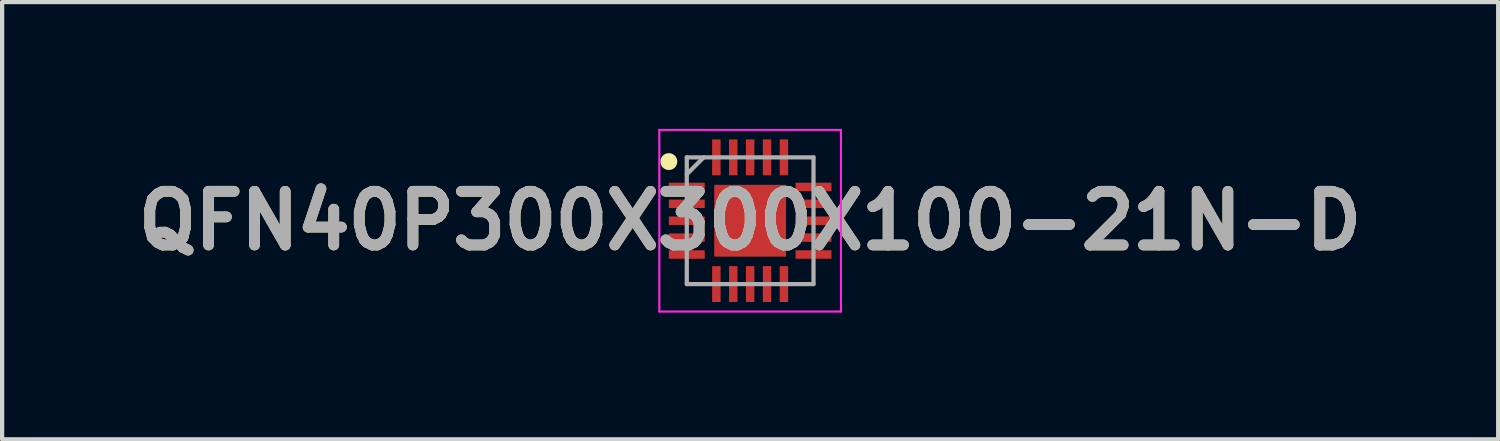
<source format=kicad_pcb>
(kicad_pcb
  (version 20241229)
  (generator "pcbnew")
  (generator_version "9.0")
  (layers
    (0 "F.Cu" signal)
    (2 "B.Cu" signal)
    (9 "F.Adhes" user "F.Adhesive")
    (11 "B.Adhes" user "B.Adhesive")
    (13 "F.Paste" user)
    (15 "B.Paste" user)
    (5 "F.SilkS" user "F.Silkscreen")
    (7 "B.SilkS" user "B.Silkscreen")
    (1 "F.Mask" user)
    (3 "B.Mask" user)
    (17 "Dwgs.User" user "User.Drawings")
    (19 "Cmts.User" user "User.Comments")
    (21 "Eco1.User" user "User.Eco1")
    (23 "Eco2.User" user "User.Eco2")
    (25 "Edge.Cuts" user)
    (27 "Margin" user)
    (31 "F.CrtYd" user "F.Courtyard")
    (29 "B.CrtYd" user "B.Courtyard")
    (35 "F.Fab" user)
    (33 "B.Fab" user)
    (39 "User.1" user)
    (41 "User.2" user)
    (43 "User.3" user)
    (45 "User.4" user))
  (footprint "QFN40P300X300X100-21N-D"
    (layer "F.Cu")
    (at 14.708 2.175)
    (property "Reference" "QFN40P300X300X100-21N-D" (at 0 0 0) (layer "F.SilkS") (effects (font (size 1.27 1.27) (thickness 0.254))))
    (attr smd)
    (fp_circle (center -1.925 -1.4) (end -1.925 -1.3) (stroke (width 0.2) (type solid)) (fill no) (layer "F.SilkS"))
    (fp_line (start -2.15 -2.15) (end 2.15 -2.15) (stroke (width 0.05) (type solid)) (layer "F.CrtYd"))
    (fp_line (start -2.15 2.15) (end -2.15 -2.15) (stroke (width 0.05) (type solid)) (layer "F.CrtYd"))
    (fp_line (start 2.15 -2.15) (end 2.15 2.15) (stroke (width 0.05) (type solid)) (layer "F.CrtYd"))
    (fp_line (start 2.15 2.15) (end -2.15 2.15) (stroke (width 0.05) (type solid)) (layer "F.CrtYd"))
    (fp_line (start -1.5 -1.5) (end 1.5 -1.5) (stroke (width 0.1) (type solid)) (layer "F.Fab"))
    (fp_line (start -1.5 -1.1) (end -1.1 -1.5) (stroke (width 0.1) (type solid)) (layer "F.Fab"))
    (fp_line (start -1.5 1.5) (end -1.5 -1.5) (stroke (width 0.1) (type solid)) (layer "F.Fab"))
    (fp_line (start 1.5 -1.5) (end 1.5 1.5) (stroke (width 0.1) (type solid)) (layer "F.Fab"))
    (fp_line (start 1.5 1.5) (end -1.5 1.5) (stroke (width 0.1) (type solid)) (layer "F.Fab"))
    (fp_text user "${REFERENCE}" (at 0 0 0) (layer "F.Fab") (effects (font (size 1.27 1.27) (thickness 0.254))))
    (pad "1" smd rect (at -1.5 -0.8 90) (size 0.2 0.85) (layers "F.Cu" "F.Mask" "F.Paste"))
    (pad "2" smd rect (at -1.5 -0.4 90) (size 0.2 0.85) (layers "F.Cu" "F.Mask" "F.Paste"))
    (pad "3" smd rect (at -1.5 0 90) (size 0.2 0.85) (layers "F.Cu" "F.Mask" "F.Paste"))
    (pad "4" smd rect (at -1.5 0.4 90) (size 0.2 0.85) (layers "F.Cu" "F.Mask" "F.Paste"))
    (pad "5" smd rect (at -1.5 0.8 90) (size 0.2 0.85) (layers "F.Cu" "F.Mask" "F.Paste"))
    (pad "6" smd rect (at -0.8 1.5) (size 0.2 0.85) (layers "F.Cu" "F.Mask" "F.Paste"))
    (pad "7" smd rect (at -0.4 1.5) (size 0.2 0.85) (layers "F.Cu" "F.Mask" "F.Paste"))
    (pad "8" smd rect (at 0 1.5) (size 0.2 0.85) (layers "F.Cu" "F.Mask" "F.Paste"))
    (pad "9" smd rect (at 0.4 1.5) (size 0.2 0.85) (layers "F.Cu" "F.Mask" "F.Paste"))
    (pad "10" smd rect (at 0.8 1.5) (size 0.2 0.85) (layers "F.Cu" "F.Mask" "F.Paste"))
    (pad "11" smd rect (at 1.5 0.8 90) (size 0.2 0.85) (layers "F.Cu" "F.Mask" "F.Paste"))
    (pad "12" smd rect (at 1.5 0.4 90) (size 0.2 0.85) (layers "F.Cu" "F.Mask" "F.Paste"))
    (pad "13" smd rect (at 1.5 0 90) (size 0.2 0.85) (layers "F.Cu" "F.Mask" "F.Paste"))
    (pad "14" smd rect (at 1.5 -0.4 90) (size 0.2 0.85) (layers "F.Cu" "F.Mask" "F.Paste"))
    (pad "15" smd rect (at 1.5 -0.8 90) (size 0.2 0.85) (layers "F.Cu" "F.Mask" "F.Paste"))
    (pad "16" smd rect (at 0.8 -1.5) (size 0.2 0.85) (layers "F.Cu" "F.Mask" "F.Paste"))
    (pad "17" smd rect (at 0.4 -1.5) (size 0.2 0.85) (layers "F.Cu" "F.Mask" "F.Paste"))
    (pad "18" smd rect (at 0 -1.5) (size 0.2 0.85) (layers "F.Cu" "F.Mask" "F.Paste"))
    (pad "19" smd rect (at -0.4 -1.5) (size 0.2 0.85) (layers "F.Cu" "F.Mask" "F.Paste"))
    (pad "20" smd rect (at -0.8 -1.5) (size 0.2 0.85) (layers "F.Cu" "F.Mask" "F.Paste"))
    (pad "21" smd rect (at 0 0) (size 1.7 1.7) (layers "F.Cu" "F.Mask" "F.Paste")))
  (gr_rect
    (start -3 -3)
    (end 32.416 7.35)
    (stroke (width 0.1) (type default))
    (fill no)
    (layer "Edge.Cuts")))
</source>
